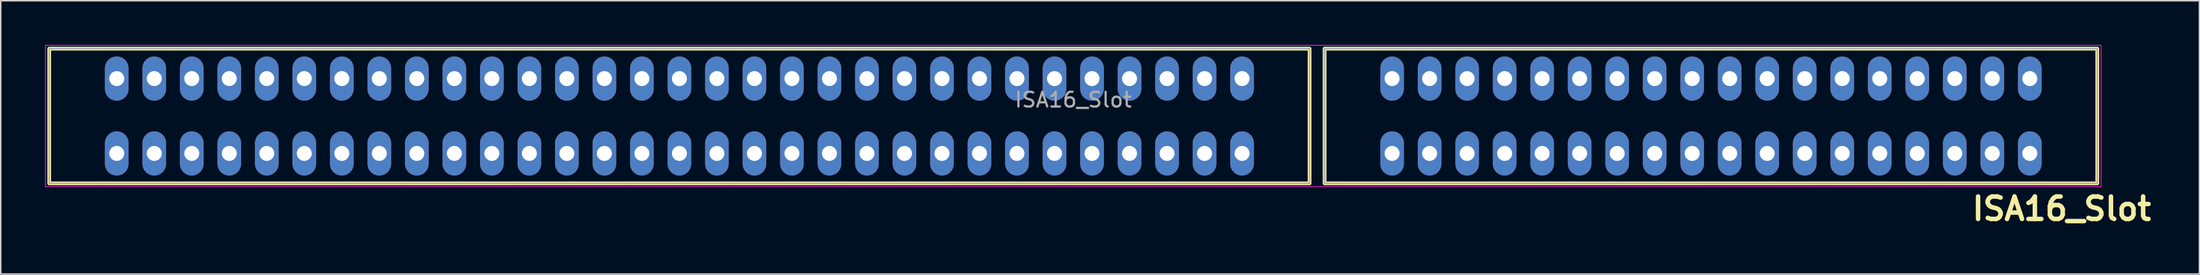
<source format=kicad_pcb>
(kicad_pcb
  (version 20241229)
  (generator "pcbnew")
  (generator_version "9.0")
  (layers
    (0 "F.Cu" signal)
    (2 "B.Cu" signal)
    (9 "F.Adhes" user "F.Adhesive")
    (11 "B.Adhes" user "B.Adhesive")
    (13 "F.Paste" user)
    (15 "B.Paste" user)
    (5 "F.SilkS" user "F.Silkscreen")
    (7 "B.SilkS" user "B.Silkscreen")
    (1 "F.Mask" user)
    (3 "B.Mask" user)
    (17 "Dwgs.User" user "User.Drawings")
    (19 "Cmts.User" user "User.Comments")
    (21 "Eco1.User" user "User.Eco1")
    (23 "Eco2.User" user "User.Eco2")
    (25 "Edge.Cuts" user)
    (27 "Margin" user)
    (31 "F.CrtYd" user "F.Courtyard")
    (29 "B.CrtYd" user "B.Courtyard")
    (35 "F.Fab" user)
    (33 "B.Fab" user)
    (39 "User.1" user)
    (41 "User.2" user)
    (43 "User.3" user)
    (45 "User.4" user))
  (footprint "ISA16_Slot"
    (layer "F.Cu")
    (at 69.625 4.825)
    (property "Reference" "ISA16_Slot" (at 66.929 6.299 180) (layer "F.SilkS") (effects (font (size 1.524 1.524) (thickness 0.305))))
    (attr through_hole)
    (fp_rect (start 16.002 4.572) (end -69.342 -4.572) (stroke (width 0.254) (type default)) (fill no) (layer "F.SilkS"))
    (fp_rect (start 69.342 4.572) (end 17.018 -4.572) (stroke (width 0.254) (type default)) (fill no) (layer "F.SilkS"))
    (fp_rect (start 69.6 4.8) (end -69.6 -4.8) (stroke (width 0.05) (type default)) (fill no) (layer "F.CrtYd"))
    (fp_rect (start 16.002 4.572) (end -69.342 -4.572) (stroke (width 0.1) (type default)) (fill no) (layer "F.Fab"))
    (fp_rect (start 69.342 4.572) (end 17.018 -4.572) (stroke (width 0.1) (type default)) (fill no) (layer "F.Fab"))
    (fp_text user "${REFERENCE}" (at 0 -1.1 0) (layer "F.Fab") (effects (font (size 1 1) (thickness 0.15))))
    (pad "1" thru_hole oval (at -64.77 2.54) (size 1.6 3) (drill 1.016) (layers "*.Cu" "*.Mask"))
    (pad "2" thru_hole oval (at -62.23 2.54) (size 1.6 3) (drill 1.016) (layers "*.Cu" "*.Mask"))
    (pad "3" thru_hole oval (at -59.69 2.54) (size 1.6 3) (drill 1.016) (layers "*.Cu" "*.Mask"))
    (pad "4" thru_hole oval (at -57.15 2.54) (size 1.6 3) (drill 1.016) (layers "*.Cu" "*.Mask"))
    (pad "5" thru_hole oval (at -54.61 2.54) (size 1.6 3) (drill 1.016) (layers "*.Cu" "*.Mask"))
    (pad "6" thru_hole oval (at -52.07 2.54) (size 1.6 3) (drill 1.016) (layers "*.Cu" "*.Mask"))
    (pad "7" thru_hole oval (at -49.53 2.54) (size 1.6 3) (drill 1.016) (layers "*.Cu" "*.Mask"))
    (pad "8" thru_hole oval (at -46.99 2.54) (size 1.6 3) (drill 1.016) (layers "*.Cu" "*.Mask"))
    (pad "9" thru_hole oval (at -44.45 2.54) (size 1.6 3) (drill 1.016) (layers "*.Cu" "*.Mask"))
    (pad "10" thru_hole oval (at -41.91 2.54) (size 1.6 3) (drill 1.016) (layers "*.Cu" "*.Mask"))
    (pad "11" thru_hole oval (at -39.37 2.54) (size 1.6 3) (drill 1.016) (layers "*.Cu" "*.Mask"))
    (pad "12" thru_hole oval (at -36.83 2.54) (size 1.6 3) (drill 1.016) (layers "*.Cu" "*.Mask"))
    (pad "13" thru_hole oval (at -34.29 2.54) (size 1.6 3) (drill 1.016) (layers "*.Cu" "*.Mask"))
    (pad "14" thru_hole oval (at -31.75 2.54) (size 1.6 3) (drill 1.016) (layers "*.Cu" "*.Mask"))
    (pad "15" thru_hole oval (at -29.21 2.54) (size 1.6 3) (drill 1.016) (layers "*.Cu" "*.Mask"))
    (pad "16" thru_hole oval (at -26.67 2.54) (size 1.6 3) (drill 1.016) (layers "*.Cu" "*.Mask"))
    (pad "17" thru_hole oval (at -24.13 2.54) (size 1.6 3) (drill 1.016) (layers "*.Cu" "*.Mask"))
    (pad "18" thru_hole oval (at -21.59 2.54) (size 1.6 3) (drill 1.016) (layers "*.Cu" "*.Mask"))
    (pad "19" thru_hole oval (at -19.05 2.54) (size 1.6 3) (drill 1.016) (layers "*.Cu" "*.Mask"))
    (pad "20" thru_hole oval (at -16.51 2.54) (size 1.6 3) (drill 1.016) (layers "*.Cu" "*.Mask"))
    (pad "21" thru_hole oval (at -13.97 2.54) (size 1.6 3) (drill 1.016) (layers "*.Cu" "*.Mask"))
    (pad "22" thru_hole oval (at -11.43 2.54) (size 1.6 3) (drill 1.016) (layers "*.Cu" "*.Mask"))
    (pad "23" thru_hole oval (at -8.89 2.54) (size 1.6 3) (drill 1.016) (layers "*.Cu" "*.Mask"))
    (pad "24" thru_hole oval (at -6.35 2.54) (size 1.6 3) (drill 1.016) (layers "*.Cu" "*.Mask"))
    (pad "25" thru_hole oval (at -3.81 2.54) (size 1.6 3) (drill 1.016) (layers "*.Cu" "*.Mask"))
    (pad "26" thru_hole oval (at -1.27 2.54) (size 1.6 3) (drill 1.016) (layers "*.Cu" "*.Mask"))
    (pad "27" thru_hole oval (at 1.27 2.54) (size 1.6 3) (drill 1.016) (layers "*.Cu" "*.Mask"))
    (pad "28" thru_hole oval (at 3.81 2.54) (size 1.6 3) (drill 1.016) (layers "*.Cu" "*.Mask"))
    (pad "29" thru_hole oval (at 6.35 2.54) (size 1.6 3) (drill 1.016) (layers "*.Cu" "*.Mask"))
    (pad "30" thru_hole oval (at 8.89 2.54) (size 1.6 3) (drill 1.016) (layers "*.Cu" "*.Mask"))
    (pad "31" thru_hole oval (at 11.43 2.54) (size 1.6 3) (drill 1.016) (layers "*.Cu" "*.Mask"))
    (pad "32" thru_hole oval (at -64.77 -2.54) (size 1.6 3) (drill 1.016) (layers "*.Cu" "*.Mask"))
    (pad "33" thru_hole oval (at -62.23 -2.54) (size 1.6 3) (drill 1.016) (layers "*.Cu" "*.Mask"))
    (pad "34" thru_hole oval (at -59.69 -2.54) (size 1.6 3) (drill 1.016) (layers "*.Cu" "*.Mask"))
    (pad "35" thru_hole oval (at -57.15 -2.54) (size 1.6 3) (drill 1.016) (layers "*.Cu" "*.Mask"))
    (pad "36" thru_hole oval (at -54.61 -2.54) (size 1.6 3) (drill 1.016) (layers "*.Cu" "*.Mask"))
    (pad "37" thru_hole oval (at -52.07 -2.54) (size 1.6 3) (drill 1.016) (layers "*.Cu" "*.Mask"))
    (pad "38" thru_hole oval (at -49.53 -2.54) (size 1.6 3) (drill 1.016) (layers "*.Cu" "*.Mask"))
    (pad "39" thru_hole oval (at -46.99 -2.54) (size 1.6 3) (drill 1.016) (layers "*.Cu" "*.Mask"))
    (pad "40" thru_hole oval (at -44.45 -2.54) (size 1.6 3) (drill 1.016) (layers "*.Cu" "*.Mask"))
    (pad "41" thru_hole oval (at -41.91 -2.54) (size 1.6 3) (drill 1.016) (layers "*.Cu" "*.Mask"))
    (pad "42" thru_hole oval (at -39.37 -2.54) (size 1.6 3) (drill 1.016) (layers "*.Cu" "*.Mask"))
    (pad "43" thru_hole oval (at -36.83 -2.54) (size 1.6 3) (drill 1.016) (layers "*.Cu" "*.Mask"))
    (pad "44" thru_hole oval (at -34.29 -2.54) (size 1.6 3) (drill 1.016) (layers "*.Cu" "*.Mask"))
    (pad "45" thru_hole oval (at -31.75 -2.54) (size 1.6 3) (drill 1.016) (layers "*.Cu" "*.Mask"))
    (pad "46" thru_hole oval (at -29.21 -2.54) (size 1.6 3) (drill 1.016) (layers "*.Cu" "*.Mask"))
    (pad "47" thru_hole oval (at -26.67 -2.54) (size 1.6 3) (drill 1.016) (layers "*.Cu" "*.Mask"))
    (pad "48" thru_hole oval (at -24.13 -2.54) (size 1.6 3) (drill 1.016) (layers "*.Cu" "*.Mask"))
    (pad "49" thru_hole oval (at -21.59 -2.54) (size 1.6 3) (drill 1.016) (layers "*.Cu" "*.Mask"))
    (pad "50" thru_hole oval (at -19.05 -2.54) (size 1.6 3) (drill 1.016) (layers "*.Cu" "*.Mask"))
    (pad "51" thru_hole oval (at -16.51 -2.54) (size 1.6 3) (drill 1.016) (layers "*.Cu" "*.Mask"))
    (pad "52" thru_hole oval (at -13.97 -2.54) (size 1.6 3) (drill 1.016) (layers "*.Cu" "*.Mask"))
    (pad "53" thru_hole oval (at -11.43 -2.54) (size 1.6 3) (drill 1.016) (layers "*.Cu" "*.Mask"))
    (pad "54" thru_hole oval (at -8.89 -2.54) (size 1.6 3) (drill 1.016) (layers "*.Cu" "*.Mask"))
    (pad "55" thru_hole oval (at -6.35 -2.54) (size 1.6 3) (drill 1.016) (layers "*.Cu" "*.Mask"))
    (pad "56" thru_hole oval (at -3.81 -2.54) (size 1.6 3) (drill 1.016) (layers "*.Cu" "*.Mask"))
    (pad "57" thru_hole oval (at -1.27 -2.54) (size 1.6 3) (drill 1.016) (layers "*.Cu" "*.Mask"))
    (pad "58" thru_hole oval (at 1.27 -2.54) (size 1.6 3) (drill 1.016) (layers "*.Cu" "*.Mask"))
    (pad "59" thru_hole oval (at 3.81 -2.54) (size 1.6 3) (drill 1.016) (layers "*.Cu" "*.Mask"))
    (pad "60" thru_hole oval (at 6.35 -2.54) (size 1.6 3) (drill 1.016) (layers "*.Cu" "*.Mask"))
    (pad "61" thru_hole oval (at 8.89 -2.54) (size 1.6 3) (drill 1.016) (layers "*.Cu" "*.Mask"))
    (pad "62" thru_hole oval (at 11.43 -2.54) (size 1.6 3) (drill 1.016) (layers "*.Cu" "*.Mask"))
    (pad "63" thru_hole oval (at 21.59 2.54) (size 1.6 3) (drill 1.016) (layers "*.Cu" "*.Mask"))
    (pad "64" thru_hole oval (at 24.13 2.54) (size 1.6 3) (drill 1.016) (layers "*.Cu" "*.Mask"))
    (pad "65" thru_hole oval (at 26.67 2.54) (size 1.6 3) (drill 1.016) (layers "*.Cu" "*.Mask"))
    (pad "66" thru_hole oval (at 29.21 2.54) (size 1.6 3) (drill 1.016) (layers "*.Cu" "*.Mask"))
    (pad "67" thru_hole oval (at 31.75 2.54) (size 1.6 3) (drill 1.016) (layers "*.Cu" "*.Mask"))
    (pad "68" thru_hole oval (at 34.29 2.54) (size 1.6 3) (drill 1.016) (layers "*.Cu" "*.Mask"))
    (pad "69" thru_hole oval (at 36.83 2.54) (size 1.6 3) (drill 1.016) (layers "*.Cu" "*.Mask"))
    (pad "70" thru_hole oval (at 39.37 2.54) (size 1.6 3) (drill 1.016) (layers "*.Cu" "*.Mask"))
    (pad "71" thru_hole oval (at 41.91 2.54) (size 1.6 3) (drill 1.016) (layers "*.Cu" "*.Mask"))
    (pad "72" thru_hole oval (at 44.45 2.54) (size 1.6 3) (drill 1.016) (layers "*.Cu" "*.Mask"))
    (pad "73" thru_hole oval (at 46.99 2.54) (size 1.6 3) (drill 1.016) (layers "*.Cu" "*.Mask"))
    (pad "74" thru_hole oval (at 49.53 2.54) (size 1.6 3) (drill 1.016) (layers "*.Cu" "*.Mask"))
    (pad "75" thru_hole oval (at 52.07 2.54) (size 1.6 3) (drill 1.016) (layers "*.Cu" "*.Mask"))
    (pad "76" thru_hole oval (at 54.61 2.54) (size 1.6 3) (drill 1.016) (layers "*.Cu" "*.Mask"))
    (pad "77" thru_hole oval (at 57.15 2.54) (size 1.6 3) (drill 1.016) (layers "*.Cu" "*.Mask"))
    (pad "78" thru_hole oval (at 59.69 2.54) (size 1.6 3) (drill 1.016) (layers "*.Cu" "*.Mask"))
    (pad "79" thru_hole oval (at 62.23 2.54) (size 1.6 3) (drill 1.016) (layers "*.Cu" "*.Mask"))
    (pad "80" thru_hole oval (at 64.77 2.54) (size 1.6 3) (drill 1.016) (layers "*.Cu" "*.Mask"))
    (pad "81" thru_hole oval (at 21.59 -2.54) (size 1.6 3) (drill 1.016) (layers "*.Cu" "*.Mask"))
    (pad "82" thru_hole oval (at 24.13 -2.54) (size 1.6 3) (drill 1.016) (layers "*.Cu" "*.Mask"))
    (pad "83" thru_hole oval (at 26.67 -2.54) (size 1.6 3) (drill 1.016) (layers "*.Cu" "*.Mask"))
    (pad "84" thru_hole oval (at 29.21 -2.54) (size 1.6 3) (drill 1.016) (layers "*.Cu" "*.Mask"))
    (pad "85" thru_hole oval (at 31.75 -2.54) (size 1.6 3) (drill 1.016) (layers "*.Cu" "*.Mask"))
    (pad "86" thru_hole oval (at 34.29 -2.54) (size 1.6 3) (drill 1.016) (layers "*.Cu" "*.Mask"))
    (pad "87" thru_hole oval (at 36.83 -2.54) (size 1.6 3) (drill 1.016) (layers "*.Cu" "*.Mask"))
    (pad "88" thru_hole oval (at 39.37 -2.54) (size 1.6 3) (drill 1.016) (layers "*.Cu" "*.Mask"))
    (pad "89" thru_hole oval (at 41.91 -2.54) (size 1.6 3) (drill 1.016) (layers "*.Cu" "*.Mask"))
    (pad "90" thru_hole oval (at 44.45 -2.54) (size 1.6 3) (drill 1.016) (layers "*.Cu" "*.Mask"))
    (pad "91" thru_hole oval (at 46.99 -2.54) (size 1.6 3) (drill 1.016) (layers "*.Cu" "*.Mask"))
    (pad "92" thru_hole oval (at 49.53 -2.54) (size 1.6 3) (drill 1.016) (layers "*.Cu" "*.Mask"))
    (pad "93" thru_hole oval (at 52.07 -2.54) (size 1.6 3) (drill 1.016) (layers "*.Cu" "*.Mask"))
    (pad "94" thru_hole oval (at 54.61 -2.54) (size 1.6 3) (drill 1.016) (layers "*.Cu" "*.Mask"))
    (pad "95" thru_hole oval (at 57.15 -2.54) (size 1.6 3) (drill 1.016) (layers "*.Cu" "*.Mask"))
    (pad "96" thru_hole oval (at 59.69 -2.54) (size 1.6 3) (drill 1.016) (layers "*.Cu" "*.Mask"))
    (pad "97" thru_hole oval (at 62.23 -2.54) (size 1.6 3) (drill 1.016) (layers "*.Cu" "*.Mask"))
    (pad "98" thru_hole oval (at 64.77 -2.54) (size 1.6 3) (drill 1.016) (layers "*.Cu" "*.Mask")))
  (gr_rect
    (start -3 -3)
    (end 145.882 15.551)
    (stroke (width 0.1) (type default))
    (fill no)
    (layer "Edge.Cuts")))
</source>
